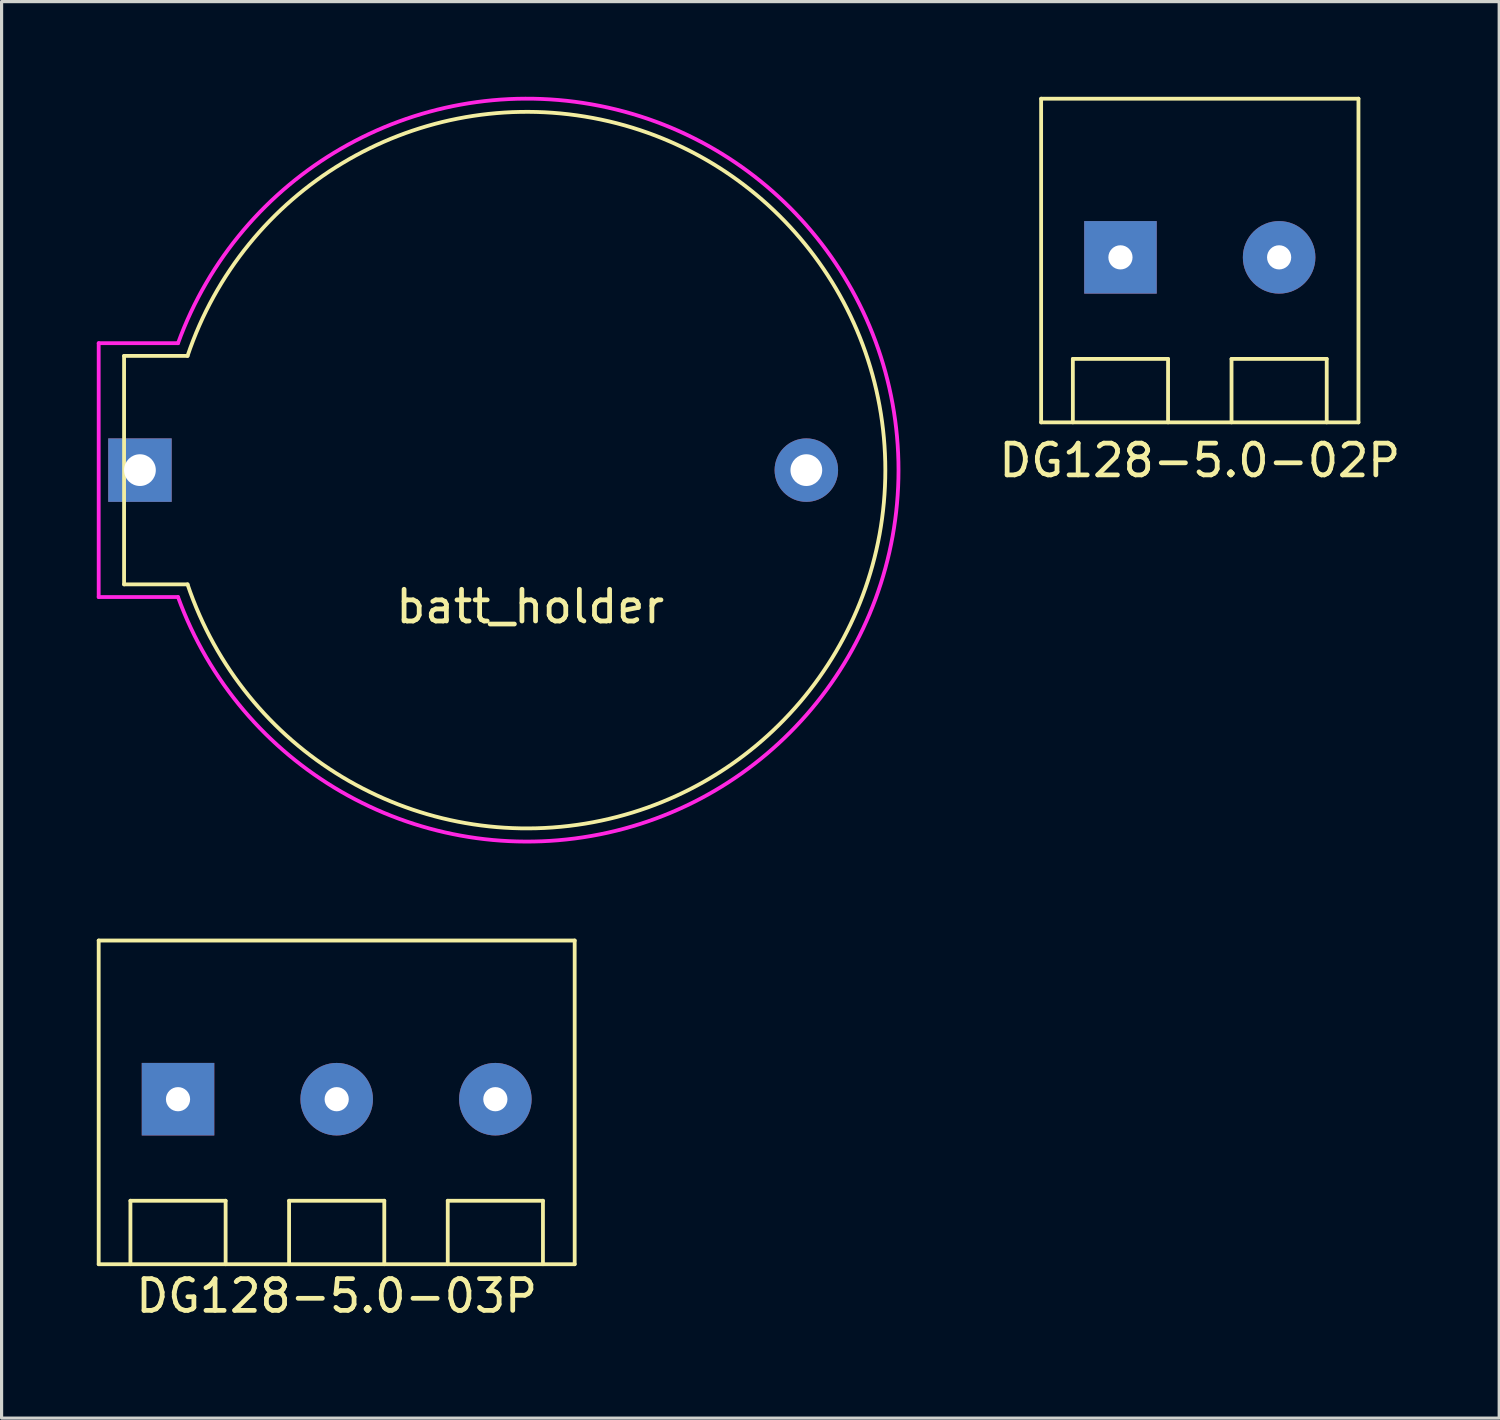
<source format=kicad_pcb>
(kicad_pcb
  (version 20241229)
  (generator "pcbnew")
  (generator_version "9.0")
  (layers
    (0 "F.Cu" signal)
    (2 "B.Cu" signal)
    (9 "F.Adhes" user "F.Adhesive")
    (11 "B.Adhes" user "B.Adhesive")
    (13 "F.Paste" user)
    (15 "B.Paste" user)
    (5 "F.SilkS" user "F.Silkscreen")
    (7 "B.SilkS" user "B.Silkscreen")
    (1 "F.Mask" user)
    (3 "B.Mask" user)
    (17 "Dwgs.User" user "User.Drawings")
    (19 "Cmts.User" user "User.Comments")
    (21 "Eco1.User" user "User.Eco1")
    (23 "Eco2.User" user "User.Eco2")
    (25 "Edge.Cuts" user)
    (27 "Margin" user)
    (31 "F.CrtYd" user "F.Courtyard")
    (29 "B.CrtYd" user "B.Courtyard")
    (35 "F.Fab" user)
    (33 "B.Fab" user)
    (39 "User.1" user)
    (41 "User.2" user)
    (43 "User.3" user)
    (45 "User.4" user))
  (footprint "DG128-5.0-02P"
    (layer "F.Cu")
    (at 34.759 5.16)
    (property "Reference" "DG128-5.0-02P" (at 0 6.3 0) (layer "F.SilkS") (effects (font (size 1 1) (thickness 0.15))))
    (attr through_hole)
    (fp_line (start -5 -5.1) (end -5 5.1) (stroke (width 0.12) (type solid)) (layer "F.SilkS"))
    (fp_line (start -5 -5.1) (end 5 -5.1) (stroke (width 0.12) (type solid)) (layer "F.SilkS"))
    (fp_line (start -5 5.1) (end 5 5.1) (stroke (width 0.12) (type solid)) (layer "F.SilkS"))
    (fp_line (start -4 3.1) (end -1 3.1) (stroke (width 0.12) (type solid)) (layer "F.SilkS"))
    (fp_line (start -4 5.1) (end -4 3.1) (stroke (width 0.12) (type solid)) (layer "F.SilkS"))
    (fp_line (start -1 5.1) (end -1 3.1) (stroke (width 0.12) (type solid)) (layer "F.SilkS"))
    (fp_line (start 1 3.1) (end 4 3.1) (stroke (width 0.12) (type solid)) (layer "F.SilkS"))
    (fp_line (start 1 5.1) (end 1 3.1) (stroke (width 0.12) (type solid)) (layer "F.SilkS"))
    (fp_line (start 4 5.1) (end 4 3.1) (stroke (width 0.12) (type solid)) (layer "F.SilkS"))
    (fp_line (start 5 -5.1) (end 5 5.1) (stroke (width 0.12) (type solid)) (layer "F.SilkS"))
    (pad "1" thru_hole rect (at -2.5 -0.1) (size 2.286 2.286) (drill 0.762) (layers "*.Cu" "*.Mask"))
    (pad "2" thru_hole circle (at 2.5 -0.1) (size 2.286 2.286) (drill 0.762) (layers "*.Cu" "*.Mask")))
  (footprint "batt_holder"
    (layer "F.Cu")
    (at 13.56 11.765)
    (property "Reference" "batt_holder" (at 0.1 4.3 0) (layer "F.SilkS") (effects (font (size 1 1) (thickness 0.15))))
    (attr through_hole)
    (fp_line (start -12.7 -3.6) (end -12.7 3.6) (stroke (width 0.12) (type solid)) (layer "F.SilkS"))
    (fp_line (start -12.7 -3.6) (end -10.7 -3.6) (stroke (width 0.12) (type solid)) (layer "F.SilkS"))
    (fp_line (start -12.7 3.6) (end -10.7 3.6) (stroke (width 0.12) (type solid)) (layer "F.SilkS"))
    (fp_arc (start -10.699999 -3.6) (mid 11.289375 0) (end -10.699999 3.599999) (stroke (width 0.12) (type solid)) (layer "F.SilkS"))
    (fp_line (start -13.5 -4) (end -13.5 4) (stroke (width 0.12) (type solid)) (layer "F.CrtYd"))
    (fp_line (start -13.5 -4) (end -11 -4) (stroke (width 0.12) (type solid)) (layer "F.CrtYd"))
    (fp_line (start -13.5 4) (end -11 4) (stroke (width 0.12) (type solid)) (layer "F.CrtYd"))
    (fp_arc (start -10.999999 -4) (mid 11.704699 0) (end -10.999999 3.999999) (stroke (width 0.12) (type solid)) (layer "F.CrtYd"))
    (pad "1" thru_hole rect (at -12.2 0) (size 2 2) (drill 1) (layers "*.Cu" "*.Mask"))
    (pad "2" thru_hole circle (at 8.8 0) (size 2 2) (drill 1) (layers "*.Cu" "*.Mask")))
  (footprint "DG128-5.0-03P"
    (layer "F.Cu")
    (at 7.56 31.689)
    (property "Reference" "DG128-5.0-03P" (at 0 6.1 0) (layer "F.SilkS") (effects (font (size 1 1) (thickness 0.15))))
    (attr through_hole)
    (fp_line (start -7.5 -5.1) (end -7.5 5.1) (stroke (width 0.12) (type solid)) (layer "F.SilkS"))
    (fp_line (start -7.5 -5.1) (end 7.5 -5.1) (stroke (width 0.12) (type solid)) (layer "F.SilkS"))
    (fp_line (start -6.5 3.1) (end -3.5 3.1) (stroke (width 0.12) (type solid)) (layer "F.SilkS"))
    (fp_line (start -6.5 5.1) (end -6.5 3.1) (stroke (width 0.12) (type solid)) (layer "F.SilkS"))
    (fp_line (start -3.5 5.1) (end -3.5 3.1) (stroke (width 0.12) (type solid)) (layer "F.SilkS"))
    (fp_line (start -1.5 3.1) (end 1.5 3.1) (stroke (width 0.12) (type solid)) (layer "F.SilkS"))
    (fp_line (start -1.5 5.1) (end -1.5 3.1) (stroke (width 0.12) (type solid)) (layer "F.SilkS"))
    (fp_line (start 1.5 5.1) (end 1.5 3.1) (stroke (width 0.12) (type solid)) (layer "F.SilkS"))
    (fp_line (start 3.5 3.1) (end 6.5 3.1) (stroke (width 0.12) (type solid)) (layer "F.SilkS"))
    (fp_line (start 3.5 5.1) (end 3.5 3.1) (stroke (width 0.12) (type solid)) (layer "F.SilkS"))
    (fp_line (start 6.5 5.1) (end 6.5 3.1) (stroke (width 0.12) (type solid)) (layer "F.SilkS"))
    (fp_line (start 7.5 -5.1) (end 7.5 5.1) (stroke (width 0.12) (type solid)) (layer "F.SilkS"))
    (fp_line (start 7.5 5.1) (end -7.5 5.1) (stroke (width 0.12) (type solid)) (layer "F.SilkS"))
    (pad "1" thru_hole rect (at -5 -0.1) (size 2.286 2.286) (drill 0.762) (layers "*.Cu" "*.Mask"))
    (pad "2" thru_hole circle (at 0 -0.1) (size 2.286 2.286) (drill 0.762) (layers "*.Cu" "*.Mask"))
    (pad "3" thru_hole circle (at 5 -0.1) (size 2.286 2.286) (drill 0.762) (layers "*.Cu" "*.Mask")))
  (gr_rect
    (start -3 -3)
    (end 44.194 41.638)
    (stroke (width 0.1) (type default))
    (fill no)
    (layer "Edge.Cuts")))
</source>
